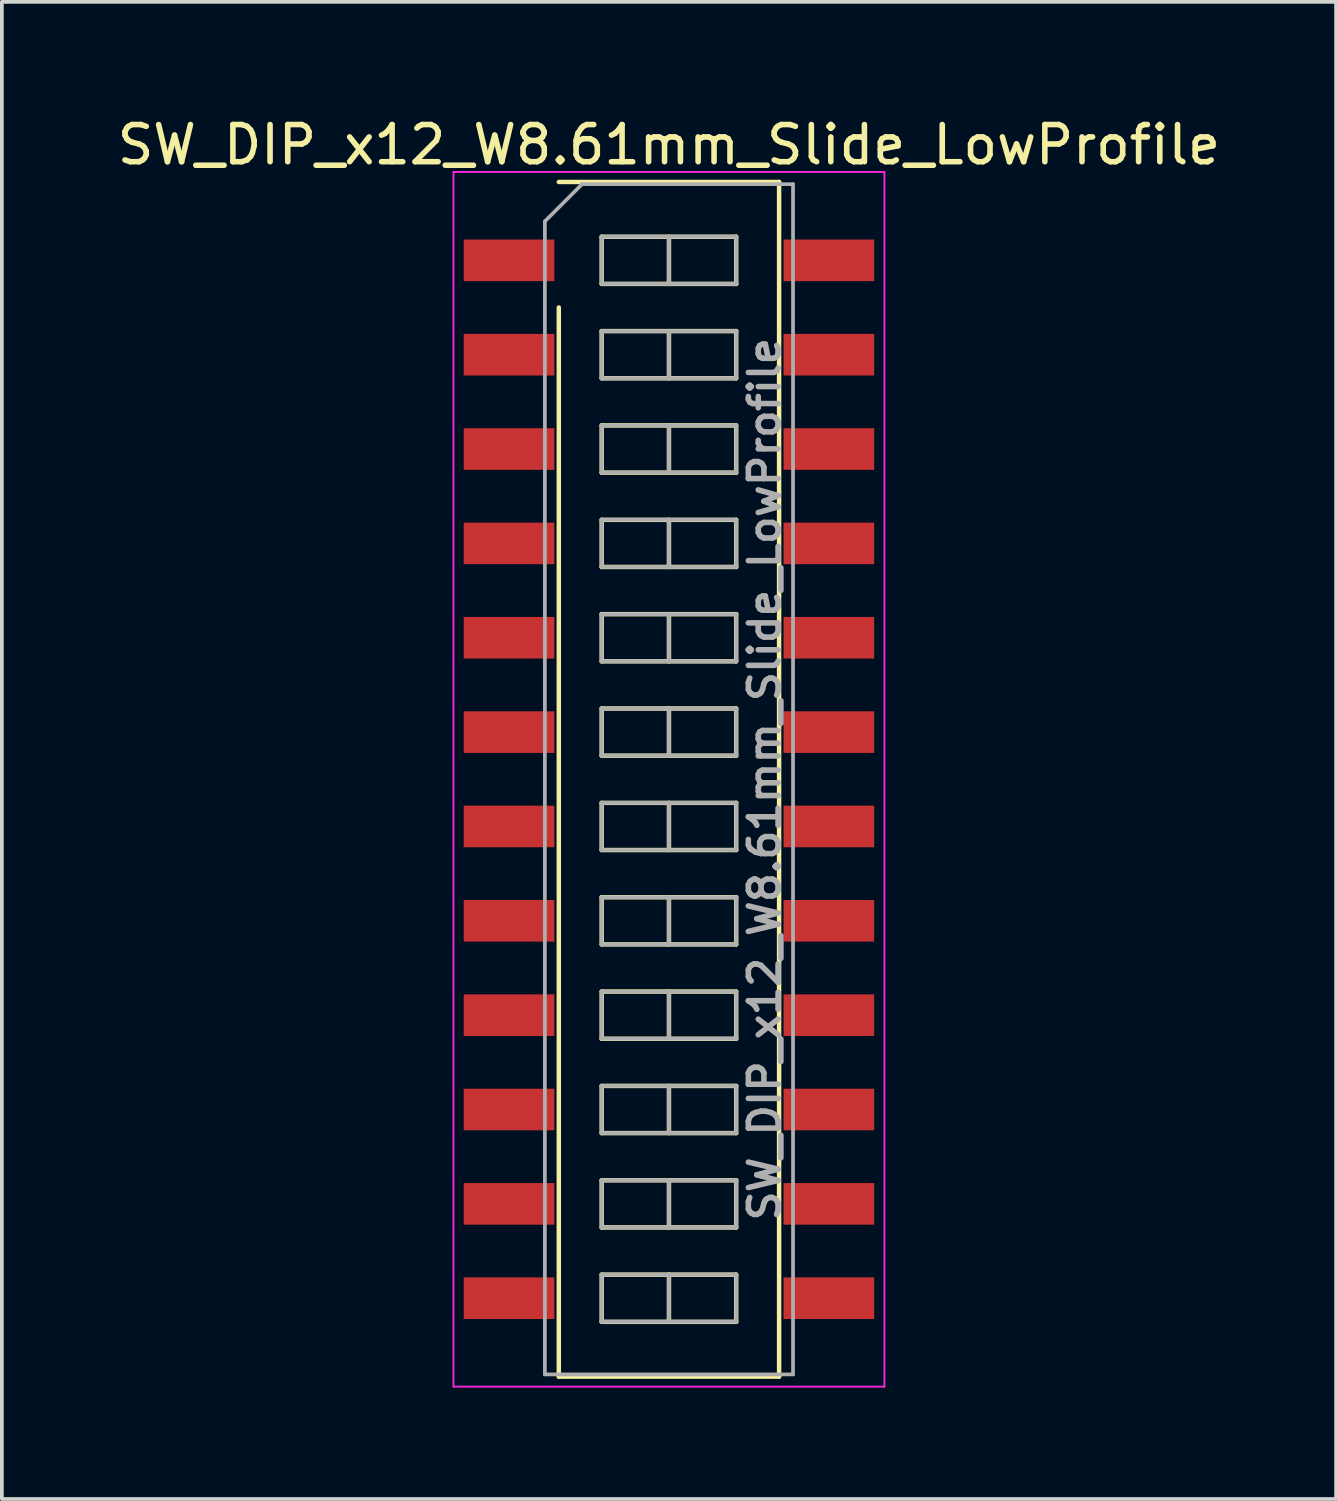
<source format=kicad_pcb>
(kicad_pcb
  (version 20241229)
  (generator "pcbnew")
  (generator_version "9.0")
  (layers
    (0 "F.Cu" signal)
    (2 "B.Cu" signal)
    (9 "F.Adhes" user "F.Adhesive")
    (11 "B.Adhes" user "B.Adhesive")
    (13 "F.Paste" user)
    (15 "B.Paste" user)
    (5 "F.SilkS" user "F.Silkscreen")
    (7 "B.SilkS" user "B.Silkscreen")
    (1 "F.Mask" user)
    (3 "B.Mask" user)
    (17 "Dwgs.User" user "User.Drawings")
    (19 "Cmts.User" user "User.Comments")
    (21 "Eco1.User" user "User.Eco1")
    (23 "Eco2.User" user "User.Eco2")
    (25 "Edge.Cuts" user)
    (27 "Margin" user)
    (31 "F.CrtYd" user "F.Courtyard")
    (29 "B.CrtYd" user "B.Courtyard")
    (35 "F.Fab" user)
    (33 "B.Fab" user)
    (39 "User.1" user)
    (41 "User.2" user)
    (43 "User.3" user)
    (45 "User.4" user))
  (footprint "SW_DIP_x12_W8.61mm_Slide_LowProfile"
    (layer "F.Cu")
    (at 14.958 17.928)
    (property "Reference" "SW_DIP_x12_W8.61mm_Slide_LowProfile" (at 0 -17.08 0) (layer "F.SilkS") (effects (font (size 1 1) (thickness 0.15))))
    (attr smd)
    (fp_line (start -2.965 -16.08) (end 2.965 -16.08) (stroke (width 0.12) (type solid)) (layer "F.SilkS"))
    (fp_line (start -2.965 16.08) (end -2.965 -12.7) (stroke (width 0.12) (type solid)) (layer "F.SilkS"))
    (fp_line (start -1.81 -14.605) (end -1.81 -13.335) (stroke (width 0.12) (type solid)) (layer "F.SilkS"))
    (fp_line (start -1.81 -13.335) (end 1.81 -13.335) (stroke (width 0.12) (type solid)) (layer "F.SilkS"))
    (fp_line (start -1.81 -12.065) (end -1.81 -10.795) (stroke (width 0.12) (type solid)) (layer "F.SilkS"))
    (fp_line (start -1.81 -10.795) (end 1.81 -10.795) (stroke (width 0.12) (type solid)) (layer "F.SilkS"))
    (fp_line (start -1.81 -9.525) (end -1.81 -8.255) (stroke (width 0.12) (type solid)) (layer "F.SilkS"))
    (fp_line (start -1.81 -8.255) (end 1.81 -8.255) (stroke (width 0.12) (type solid)) (layer "F.SilkS"))
    (fp_line (start -1.81 -6.985) (end -1.81 -5.715) (stroke (width 0.12) (type solid)) (layer "F.SilkS"))
    (fp_line (start -1.81 -5.715) (end 1.81 -5.715) (stroke (width 0.12) (type solid)) (layer "F.SilkS"))
    (fp_line (start -1.81 -4.445) (end -1.81 -3.175) (stroke (width 0.12) (type solid)) (layer "F.SilkS"))
    (fp_line (start -1.81 -3.175) (end 1.81 -3.175) (stroke (width 0.12) (type solid)) (layer "F.SilkS"))
    (fp_line (start -1.81 -1.905) (end -1.81 -0.635) (stroke (width 0.12) (type solid)) (layer "F.SilkS"))
    (fp_line (start -1.81 -0.635) (end 1.81 -0.635) (stroke (width 0.12) (type solid)) (layer "F.SilkS"))
    (fp_line (start -1.81 0.635) (end -1.81 1.905) (stroke (width 0.12) (type solid)) (layer "F.SilkS"))
    (fp_line (start -1.81 1.905) (end 1.81 1.905) (stroke (width 0.12) (type solid)) (layer "F.SilkS"))
    (fp_line (start -1.81 3.175) (end -1.81 4.445) (stroke (width 0.12) (type solid)) (layer "F.SilkS"))
    (fp_line (start -1.81 4.445) (end 1.81 4.445) (stroke (width 0.12) (type solid)) (layer "F.SilkS"))
    (fp_line (start -1.81 5.715) (end -1.81 6.985) (stroke (width 0.12) (type solid)) (layer "F.SilkS"))
    (fp_line (start -1.81 6.985) (end 1.81 6.985) (stroke (width 0.12) (type solid)) (layer "F.SilkS"))
    (fp_line (start -1.81 8.255) (end -1.81 9.525) (stroke (width 0.12) (type solid)) (layer "F.SilkS"))
    (fp_line (start -1.81 9.525) (end 1.81 9.525) (stroke (width 0.12) (type solid)) (layer "F.SilkS"))
    (fp_line (start -1.81 10.795) (end -1.81 12.065) (stroke (width 0.12) (type solid)) (layer "F.SilkS"))
    (fp_line (start -1.81 12.065) (end 1.81 12.065) (stroke (width 0.12) (type solid)) (layer "F.SilkS"))
    (fp_line (start -1.81 13.335) (end -1.81 14.605) (stroke (width 0.12) (type solid)) (layer "F.SilkS"))
    (fp_line (start -1.81 14.605) (end 1.81 14.605) (stroke (width 0.12) (type solid)) (layer "F.SilkS"))
    (fp_line (start 0 -14.605) (end 0 -13.335) (stroke (width 0.12) (type solid)) (layer "F.SilkS"))
    (fp_line (start 0 -12.065) (end 0 -10.795) (stroke (width 0.12) (type solid)) (layer "F.SilkS"))
    (fp_line (start 0 -9.525) (end 0 -8.255) (stroke (width 0.12) (type solid)) (layer "F.SilkS"))
    (fp_line (start 0 -6.985) (end 0 -5.715) (stroke (width 0.12) (type solid)) (layer "F.SilkS"))
    (fp_line (start 0 -4.445) (end 0 -3.175) (stroke (width 0.12) (type solid)) (layer "F.SilkS"))
    (fp_line (start 0 -1.905) (end 0 -0.635) (stroke (width 0.12) (type solid)) (layer "F.SilkS"))
    (fp_line (start 0 0.635) (end 0 1.905) (stroke (width 0.12) (type solid)) (layer "F.SilkS"))
    (fp_line (start 0 3.175) (end 0 4.445) (stroke (width 0.12) (type solid)) (layer "F.SilkS"))
    (fp_line (start 0 5.715) (end 0 6.985) (stroke (width 0.12) (type solid)) (layer "F.SilkS"))
    (fp_line (start 0 8.255) (end 0 9.525) (stroke (width 0.12) (type solid)) (layer "F.SilkS"))
    (fp_line (start 0 10.795) (end 0 12.065) (stroke (width 0.12) (type solid)) (layer "F.SilkS"))
    (fp_line (start 0 13.335) (end 0 14.605) (stroke (width 0.12) (type solid)) (layer "F.SilkS"))
    (fp_line (start 1.81 -14.605) (end -1.81 -14.605) (stroke (width 0.12) (type solid)) (layer "F.SilkS"))
    (fp_line (start 1.81 -13.335) (end 1.81 -14.605) (stroke (width 0.12) (type solid)) (layer "F.SilkS"))
    (fp_line (start 1.81 -12.065) (end -1.81 -12.065) (stroke (width 0.12) (type solid)) (layer "F.SilkS"))
    (fp_line (start 1.81 -10.795) (end 1.81 -12.065) (stroke (width 0.12) (type solid)) (layer "F.SilkS"))
    (fp_line (start 1.81 -9.525) (end -1.81 -9.525) (stroke (width 0.12) (type solid)) (layer "F.SilkS"))
    (fp_line (start 1.81 -8.255) (end 1.81 -9.525) (stroke (width 0.12) (type solid)) (layer "F.SilkS"))
    (fp_line (start 1.81 -6.985) (end -1.81 -6.985) (stroke (width 0.12) (type solid)) (layer "F.SilkS"))
    (fp_line (start 1.81 -5.715) (end 1.81 -6.985) (stroke (width 0.12) (type solid)) (layer "F.SilkS"))
    (fp_line (start 1.81 -4.445) (end -1.81 -4.445) (stroke (width 0.12) (type solid)) (layer "F.SilkS"))
    (fp_line (start 1.81 -3.175) (end 1.81 -4.445) (stroke (width 0.12) (type solid)) (layer "F.SilkS"))
    (fp_line (start 1.81 -1.905) (end -1.81 -1.905) (stroke (width 0.12) (type solid)) (layer "F.SilkS"))
    (fp_line (start 1.81 -0.635) (end 1.81 -1.905) (stroke (width 0.12) (type solid)) (layer "F.SilkS"))
    (fp_line (start 1.81 0.635) (end -1.81 0.635) (stroke (width 0.12) (type solid)) (layer "F.SilkS"))
    (fp_line (start 1.81 1.905) (end 1.81 0.635) (stroke (width 0.12) (type solid)) (layer "F.SilkS"))
    (fp_line (start 1.81 3.175) (end -1.81 3.175) (stroke (width 0.12) (type solid)) (layer "F.SilkS"))
    (fp_line (start 1.81 4.445) (end 1.81 3.175) (stroke (width 0.12) (type solid)) (layer "F.SilkS"))
    (fp_line (start 1.81 5.715) (end -1.81 5.715) (stroke (width 0.12) (type solid)) (layer "F.SilkS"))
    (fp_line (start 1.81 6.985) (end 1.81 5.715) (stroke (width 0.12) (type solid)) (layer "F.SilkS"))
    (fp_line (start 1.81 8.255) (end -1.81 8.255) (stroke (width 0.12) (type solid)) (layer "F.SilkS"))
    (fp_line (start 1.81 9.525) (end 1.81 8.255) (stroke (width 0.12) (type solid)) (layer "F.SilkS"))
    (fp_line (start 1.81 10.795) (end -1.81 10.795) (stroke (width 0.12) (type solid)) (layer "F.SilkS"))
    (fp_line (start 1.81 12.065) (end 1.81 10.795) (stroke (width 0.12) (type solid)) (layer "F.SilkS"))
    (fp_line (start 1.81 13.335) (end -1.81 13.335) (stroke (width 0.12) (type solid)) (layer "F.SilkS"))
    (fp_line (start 1.81 14.605) (end 1.81 13.335) (stroke (width 0.12) (type solid)) (layer "F.SilkS"))
    (fp_line (start 2.965 -16.08) (end 2.965 16.08) (stroke (width 0.12) (type solid)) (layer "F.SilkS"))
    (fp_line (start 2.965 16.08) (end -2.965 16.08) (stroke (width 0.12) (type solid)) (layer "F.SilkS"))
    (fp_line (start -5.8 -16.35) (end -5.8 16.35) (stroke (width 0.05) (type solid)) (layer "F.CrtYd"))
    (fp_line (start -5.8 16.35) (end 5.8 16.35) (stroke (width 0.05) (type solid)) (layer "F.CrtYd"))
    (fp_line (start 5.8 -16.35) (end -5.8 -16.35) (stroke (width 0.05) (type solid)) (layer "F.CrtYd"))
    (fp_line (start 5.8 16.35) (end 5.8 -16.35) (stroke (width 0.05) (type solid)) (layer "F.CrtYd"))
    (fp_line (start -3.34 -15.02) (end -2.34 -16.02) (stroke (width 0.1) (type solid)) (layer "F.Fab"))
    (fp_line (start -3.34 16.02) (end -3.34 -15.02) (stroke (width 0.1) (type solid)) (layer "F.Fab"))
    (fp_line (start -2.34 -16.02) (end 3.34 -16.02) (stroke (width 0.1) (type solid)) (layer "F.Fab"))
    (fp_line (start -1.81 -14.605) (end -1.81 -13.335) (stroke (width 0.1) (type solid)) (layer "F.Fab"))
    (fp_line (start -1.81 -13.335) (end 1.81 -13.335) (stroke (width 0.1) (type solid)) (layer "F.Fab"))
    (fp_line (start -1.81 -12.065) (end -1.81 -10.795) (stroke (width 0.1) (type solid)) (layer "F.Fab"))
    (fp_line (start -1.81 -10.795) (end 1.81 -10.795) (stroke (width 0.1) (type solid)) (layer "F.Fab"))
    (fp_line (start -1.81 -9.525) (end -1.81 -8.255) (stroke (width 0.1) (type solid)) (layer "F.Fab"))
    (fp_line (start -1.81 -8.255) (end 1.81 -8.255) (stroke (width 0.1) (type solid)) (layer "F.Fab"))
    (fp_line (start -1.81 -6.985) (end -1.81 -5.715) (stroke (width 0.1) (type solid)) (layer "F.Fab"))
    (fp_line (start -1.81 -5.715) (end 1.81 -5.715) (stroke (width 0.1) (type solid)) (layer "F.Fab"))
    (fp_line (start -1.81 -4.445) (end -1.81 -3.175) (stroke (width 0.1) (type solid)) (layer "F.Fab"))
    (fp_line (start -1.81 -3.175) (end 1.81 -3.175) (stroke (width 0.1) (type solid)) (layer "F.Fab"))
    (fp_line (start -1.81 -1.905) (end -1.81 -0.635) (stroke (width 0.1) (type solid)) (layer "F.Fab"))
    (fp_line (start -1.81 -0.635) (end 1.81 -0.635) (stroke (width 0.1) (type solid)) (layer "F.Fab"))
    (fp_line (start -1.81 0.635) (end -1.81 1.905) (stroke (width 0.1) (type solid)) (layer "F.Fab"))
    (fp_line (start -1.81 1.905) (end 1.81 1.905) (stroke (width 0.1) (type solid)) (layer "F.Fab"))
    (fp_line (start -1.81 3.175) (end -1.81 4.445) (stroke (width 0.1) (type solid)) (layer "F.Fab"))
    (fp_line (start -1.81 4.445) (end 1.81 4.445) (stroke (width 0.1) (type solid)) (layer "F.Fab"))
    (fp_line (start -1.81 5.715) (end -1.81 6.985) (stroke (width 0.1) (type solid)) (layer "F.Fab"))
    (fp_line (start -1.81 6.985) (end 1.81 6.985) (stroke (width 0.1) (type solid)) (layer "F.Fab"))
    (fp_line (start -1.81 8.255) (end -1.81 9.525) (stroke (width 0.1) (type solid)) (layer "F.Fab"))
    (fp_line (start -1.81 9.525) (end 1.81 9.525) (stroke (width 0.1) (type solid)) (layer "F.Fab"))
    (fp_line (start -1.81 10.795) (end -1.81 12.065) (stroke (width 0.1) (type solid)) (layer "F.Fab"))
    (fp_line (start -1.81 12.065) (end 1.81 12.065) (stroke (width 0.1) (type solid)) (layer "F.Fab"))
    (fp_line (start -1.81 13.335) (end -1.81 14.605) (stroke (width 0.1) (type solid)) (layer "F.Fab"))
    (fp_line (start -1.81 14.605) (end 1.81 14.605) (stroke (width 0.1) (type solid)) (layer "F.Fab"))
    (fp_line (start 0 -14.605) (end 0 -13.335) (stroke (width 0.1) (type solid)) (layer "F.Fab"))
    (fp_line (start 0 -12.065) (end 0 -10.795) (stroke (width 0.1) (type solid)) (layer "F.Fab"))
    (fp_line (start 0 -9.525) (end 0 -8.255) (stroke (width 0.1) (type solid)) (layer "F.Fab"))
    (fp_line (start 0 -6.985) (end 0 -5.715) (stroke (width 0.1) (type solid)) (layer "F.Fab"))
    (fp_line (start 0 -4.445) (end 0 -3.175) (stroke (width 0.1) (type solid)) (layer "F.Fab"))
    (fp_line (start 0 -1.905) (end 0 -0.635) (stroke (width 0.1) (type solid)) (layer "F.Fab"))
    (fp_line (start 0 0.635) (end 0 1.905) (stroke (width 0.1) (type solid)) (layer "F.Fab"))
    (fp_line (start 0 3.175) (end 0 4.445) (stroke (width 0.1) (type solid)) (layer "F.Fab"))
    (fp_line (start 0 5.715) (end 0 6.985) (stroke (width 0.1) (type solid)) (layer "F.Fab"))
    (fp_line (start 0 8.255) (end 0 9.525) (stroke (width 0.1) (type solid)) (layer "F.Fab"))
    (fp_line (start 0 10.795) (end 0 12.065) (stroke (width 0.1) (type solid)) (layer "F.Fab"))
    (fp_line (start 0 13.335) (end 0 14.605) (stroke (width 0.1) (type solid)) (layer "F.Fab"))
    (fp_line (start 1.81 -14.605) (end -1.81 -14.605) (stroke (width 0.1) (type solid)) (layer "F.Fab"))
    (fp_line (start 1.81 -13.335) (end 1.81 -14.605) (stroke (width 0.1) (type solid)) (layer "F.Fab"))
    (fp_line (start 1.81 -12.065) (end -1.81 -12.065) (stroke (width 0.1) (type solid)) (layer "F.Fab"))
    (fp_line (start 1.81 -10.795) (end 1.81 -12.065) (stroke (width 0.1) (type solid)) (layer "F.Fab"))
    (fp_line (start 1.81 -9.525) (end -1.81 -9.525) (stroke (width 0.1) (type solid)) (layer "F.Fab"))
    (fp_line (start 1.81 -8.255) (end 1.81 -9.525) (stroke (width 0.1) (type solid)) (layer "F.Fab"))
    (fp_line (start 1.81 -6.985) (end -1.81 -6.985) (stroke (width 0.1) (type solid)) (layer "F.Fab"))
    (fp_line (start 1.81 -5.715) (end 1.81 -6.985) (stroke (width 0.1) (type solid)) (layer "F.Fab"))
    (fp_line (start 1.81 -4.445) (end -1.81 -4.445) (stroke (width 0.1) (type solid)) (layer "F.Fab"))
    (fp_line (start 1.81 -3.175) (end 1.81 -4.445) (stroke (width 0.1) (type solid)) (layer "F.Fab"))
    (fp_line (start 1.81 -1.905) (end -1.81 -1.905) (stroke (width 0.1) (type solid)) (layer "F.Fab"))
    (fp_line (start 1.81 -0.635) (end 1.81 -1.905) (stroke (width 0.1) (type solid)) (layer "F.Fab"))
    (fp_line (start 1.81 0.635) (end -1.81 0.635) (stroke (width 0.1) (type solid)) (layer "F.Fab"))
    (fp_line (start 1.81 1.905) (end 1.81 0.635) (stroke (width 0.1) (type solid)) (layer "F.Fab"))
    (fp_line (start 1.81 3.175) (end -1.81 3.175) (stroke (width 0.1) (type solid)) (layer "F.Fab"))
    (fp_line (start 1.81 4.445) (end 1.81 3.175) (stroke (width 0.1) (type solid)) (layer "F.Fab"))
    (fp_line (start 1.81 5.715) (end -1.81 5.715) (stroke (width 0.1) (type solid)) (layer "F.Fab"))
    (fp_line (start 1.81 6.985) (end 1.81 5.715) (stroke (width 0.1) (type solid)) (layer "F.Fab"))
    (fp_line (start 1.81 8.255) (end -1.81 8.255) (stroke (width 0.1) (type solid)) (layer "F.Fab"))
    (fp_line (start 1.81 9.525) (end 1.81 8.255) (stroke (width 0.1) (type solid)) (layer "F.Fab"))
    (fp_line (start 1.81 10.795) (end -1.81 10.795) (stroke (width 0.1) (type solid)) (layer "F.Fab"))
    (fp_line (start 1.81 12.065) (end 1.81 10.795) (stroke (width 0.1) (type solid)) (layer "F.Fab"))
    (fp_line (start 1.81 13.335) (end -1.81 13.335) (stroke (width 0.1) (type solid)) (layer "F.Fab"))
    (fp_line (start 1.81 14.605) (end 1.81 13.335) (stroke (width 0.1) (type solid)) (layer "F.Fab"))
    (fp_line (start 3.34 -16.02) (end 3.34 16.02) (stroke (width 0.1) (type solid)) (layer "F.Fab"))
    (fp_line (start 3.34 16.02) (end -3.34 16.02) (stroke (width 0.1) (type solid)) (layer "F.Fab"))
    (fp_text user "${REFERENCE}" (at 2.575 0 90) (layer "F.Fab") (effects (font (size 0.8 0.8) (thickness 0.15))))
    (pad "1" smd rect (at -4.305 -13.97) (size 2.44 1.12) (layers "F.Cu" "F.Mask" "F.Paste"))
    (pad "2" smd rect (at -4.305 -11.43) (size 2.44 1.12) (layers "F.Cu" "F.Mask" "F.Paste"))
    (pad "3" smd rect (at -4.305 -8.89) (size 2.44 1.12) (layers "F.Cu" "F.Mask" "F.Paste"))
    (pad "4" smd rect (at -4.305 -6.35) (size 2.44 1.12) (layers "F.Cu" "F.Mask" "F.Paste"))
    (pad "5" smd rect (at -4.305 -3.81) (size 2.44 1.12) (layers "F.Cu" "F.Mask" "F.Paste"))
    (pad "6" smd rect (at -4.305 -1.27) (size 2.44 1.12) (layers "F.Cu" "F.Mask" "F.Paste"))
    (pad "7" smd rect (at -4.305 1.27) (size 2.44 1.12) (layers "F.Cu" "F.Mask" "F.Paste"))
    (pad "8" smd rect (at -4.305 3.81) (size 2.44 1.12) (layers "F.Cu" "F.Mask" "F.Paste"))
    (pad "9" smd rect (at -4.305 6.35) (size 2.44 1.12) (layers "F.Cu" "F.Mask" "F.Paste"))
    (pad "10" smd rect (at -4.305 8.89) (size 2.44 1.12) (layers "F.Cu" "F.Mask" "F.Paste"))
    (pad "11" smd rect (at -4.305 11.43) (size 2.44 1.12) (layers "F.Cu" "F.Mask" "F.Paste"))
    (pad "12" smd rect (at -4.305 13.97) (size 2.44 1.12) (layers "F.Cu" "F.Mask" "F.Paste"))
    (pad "13" smd rect (at 4.305 13.97) (size 2.44 1.12) (layers "F.Cu" "F.Mask" "F.Paste"))
    (pad "14" smd rect (at 4.305 11.43) (size 2.44 1.12) (layers "F.Cu" "F.Mask" "F.Paste"))
    (pad "15" smd rect (at 4.305 8.89) (size 2.44 1.12) (layers "F.Cu" "F.Mask" "F.Paste"))
    (pad "16" smd rect (at 4.305 6.35) (size 2.44 1.12) (layers "F.Cu" "F.Mask" "F.Paste"))
    (pad "17" smd rect (at 4.305 3.81) (size 2.44 1.12) (layers "F.Cu" "F.Mask" "F.Paste"))
    (pad "18" smd rect (at 4.305 1.27) (size 2.44 1.12) (layers "F.Cu" "F.Mask" "F.Paste"))
    (pad "19" smd rect (at 4.305 -1.27) (size 2.44 1.12) (layers "F.Cu" "F.Mask" "F.Paste"))
    (pad "20" smd rect (at 4.305 -3.81) (size 2.44 1.12) (layers "F.Cu" "F.Mask" "F.Paste"))
    (pad "21" smd rect (at 4.305 -6.35) (size 2.44 1.12) (layers "F.Cu" "F.Mask" "F.Paste"))
    (pad "22" smd rect (at 4.305 -8.89) (size 2.44 1.12) (layers "F.Cu" "F.Mask" "F.Paste"))
    (pad "23" smd rect (at 4.305 -11.43) (size 2.44 1.12) (layers "F.Cu" "F.Mask" "F.Paste"))
    (pad "24" smd rect (at 4.305 -13.97) (size 2.44 1.12) (layers "F.Cu" "F.Mask" "F.Paste")))
  (gr_rect
    (start -3 -3)
    (end 32.917 37.303)
    (stroke (width 0.1) (type default))
    (fill no)
    (layer "Edge.Cuts")))
</source>
